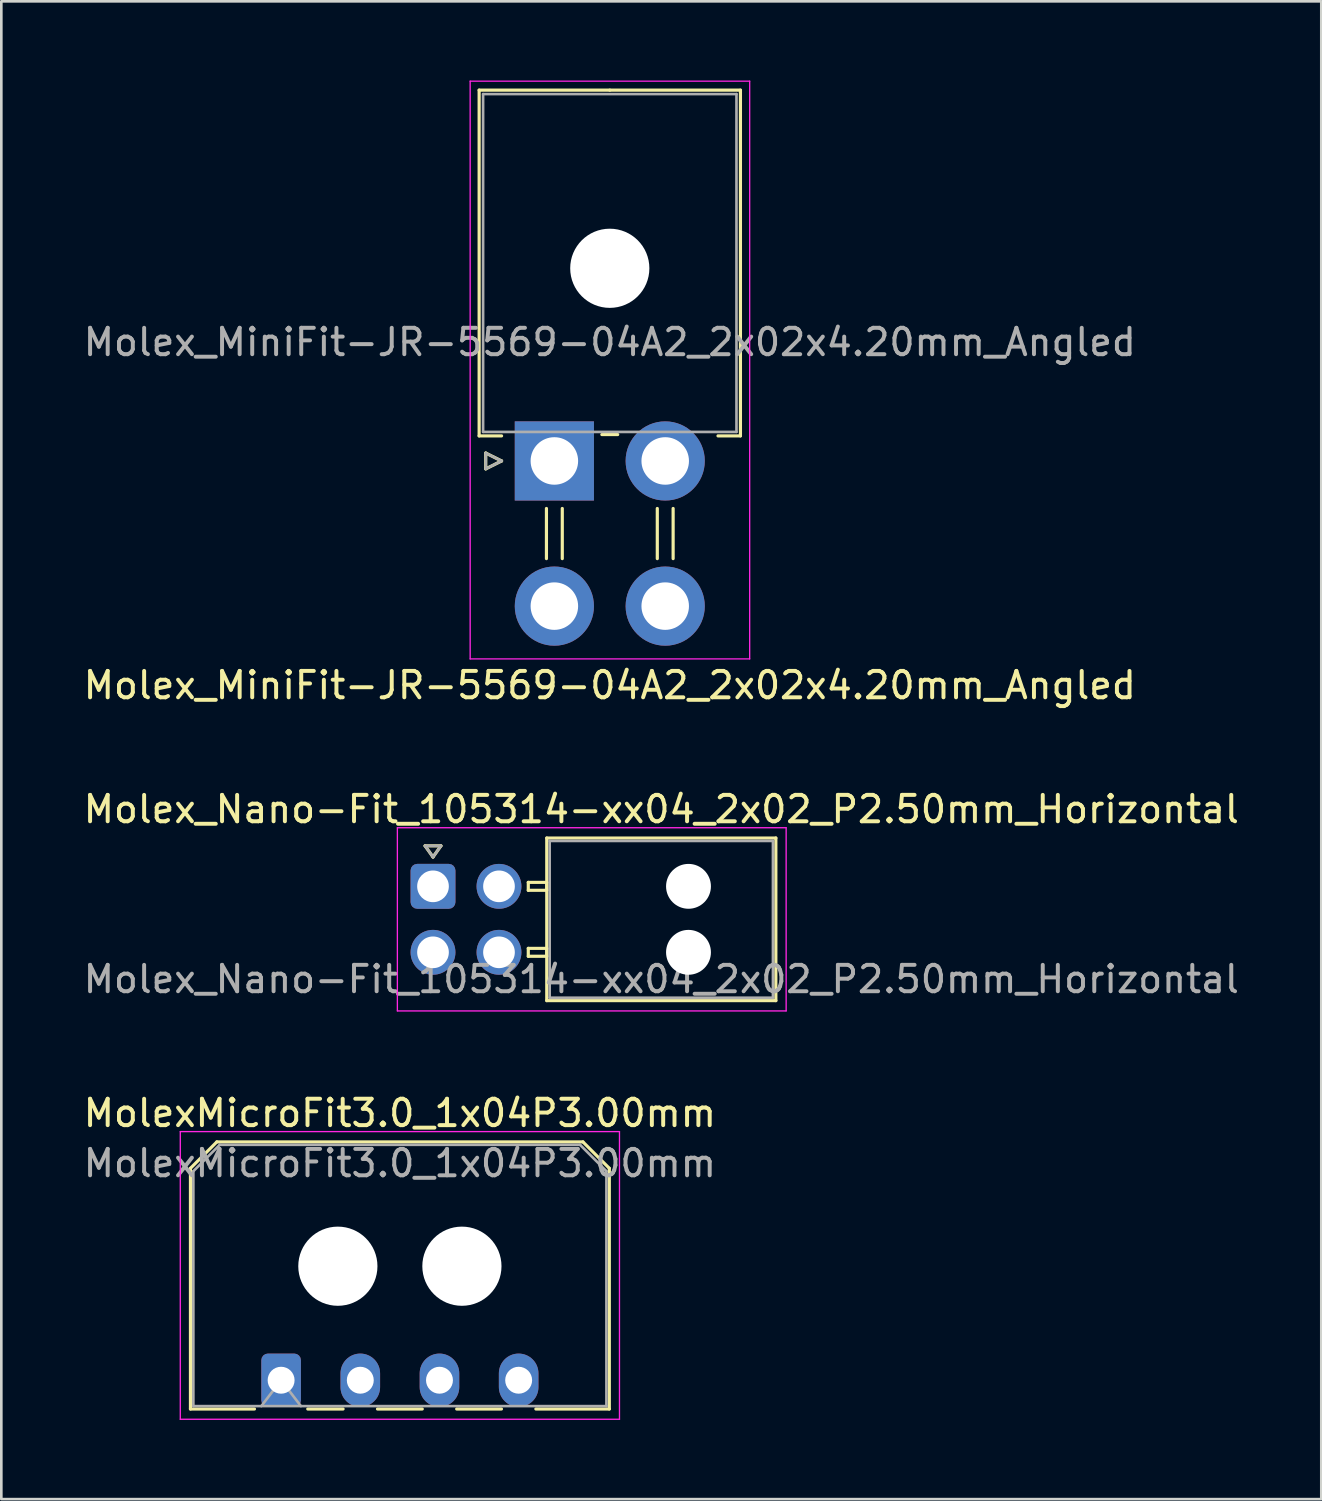
<source format=kicad_pcb>
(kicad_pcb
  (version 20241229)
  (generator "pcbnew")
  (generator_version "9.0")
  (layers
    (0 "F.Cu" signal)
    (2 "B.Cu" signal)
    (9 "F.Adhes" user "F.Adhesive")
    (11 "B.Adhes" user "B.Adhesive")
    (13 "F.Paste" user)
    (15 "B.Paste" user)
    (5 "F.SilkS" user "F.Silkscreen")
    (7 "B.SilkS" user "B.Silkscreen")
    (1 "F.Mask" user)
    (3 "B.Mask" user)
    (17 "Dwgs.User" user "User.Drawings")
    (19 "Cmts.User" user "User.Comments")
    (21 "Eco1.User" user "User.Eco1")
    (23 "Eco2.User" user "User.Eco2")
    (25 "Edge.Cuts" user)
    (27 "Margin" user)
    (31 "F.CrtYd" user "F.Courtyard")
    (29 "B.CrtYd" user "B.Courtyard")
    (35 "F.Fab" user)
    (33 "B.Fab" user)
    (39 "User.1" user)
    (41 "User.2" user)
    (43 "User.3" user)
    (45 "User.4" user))
  (footprint "Molex_Nano-Fit_105314-xx04_2x02_P2.50mm_Horizontal"
    (layer "F.Cu")
    (at 13.356 30.532)
    (property "Reference" "Molex_Nano-Fit_105314-xx04_2x02_P2.50mm_Horizontal" (at 8.65 -2.92 0) (layer "F.SilkS") (effects (font (size 1 1) (thickness 0.15))))
    (attr through_hole)
    (fp_line (start -0.3 -1.534) (end 0 -1.11) (stroke (width 0.12) (type solid)) (layer "F.SilkS"))
    (fp_line (start 0 -1.11) (end 0.3 -1.534) (stroke (width 0.12) (type solid)) (layer "F.SilkS"))
    (fp_line (start 0.3 -1.534) (end -0.3 -1.534) (stroke (width 0.12) (type solid)) (layer "F.SilkS"))
    (fp_line (start 3.61 -0.15) (end 3.61 0.15) (stroke (width 0.12) (type solid)) (layer "F.SilkS"))
    (fp_line (start 3.61 0.15) (end 4.31 0.15) (stroke (width 0.12) (type solid)) (layer "F.SilkS"))
    (fp_line (start 3.61 2.35) (end 3.61 2.65) (stroke (width 0.12) (type solid)) (layer "F.SilkS"))
    (fp_line (start 3.61 2.65) (end 4.31 2.65) (stroke (width 0.12) (type solid)) (layer "F.SilkS"))
    (fp_line (start 4.31 -1.83) (end 4.31 4.33) (stroke (width 0.12) (type solid)) (layer "F.SilkS"))
    (fp_line (start 4.31 -0.15) (end 3.61 -0.15) (stroke (width 0.12) (type solid)) (layer "F.SilkS"))
    (fp_line (start 4.31 0.15) (end 4.31 -0.15) (stroke (width 0.12) (type solid)) (layer "F.SilkS"))
    (fp_line (start 4.31 2.35) (end 3.61 2.35) (stroke (width 0.12) (type solid)) (layer "F.SilkS"))
    (fp_line (start 4.31 2.65) (end 4.31 2.35) (stroke (width 0.12) (type solid)) (layer "F.SilkS"))
    (fp_line (start 4.31 4.33) (end 12.99 4.33) (stroke (width 0.12) (type solid)) (layer "F.SilkS"))
    (fp_line (start 12.99 -1.83) (end 4.31 -1.83) (stroke (width 0.12) (type solid)) (layer "F.SilkS"))
    (fp_line (start 12.99 4.33) (end 12.99 -1.83) (stroke (width 0.12) (type solid)) (layer "F.SilkS"))
    (fp_line (start -1.35 -2.22) (end -1.35 4.72) (stroke (width 0.05) (type solid)) (layer "F.CrtYd"))
    (fp_line (start -1.35 4.72) (end 13.38 4.72) (stroke (width 0.05) (type solid)) (layer "F.CrtYd"))
    (fp_line (start 13.38 -2.22) (end -1.35 -2.22) (stroke (width 0.05) (type solid)) (layer "F.CrtYd"))
    (fp_line (start 13.38 4.72) (end 13.38 -2.22) (stroke (width 0.05) (type solid)) (layer "F.CrtYd"))
    (fp_line (start -0.3 -1.534) (end 0 -1.11) (stroke (width 0.1) (type solid)) (layer "F.Fab"))
    (fp_line (start 0 -1.11) (end 0.3 -1.534) (stroke (width 0.1) (type solid)) (layer "F.Fab"))
    (fp_line (start 0.3 -1.534) (end -0.3 -1.534) (stroke (width 0.1) (type solid)) (layer "F.Fab"))
    (fp_line (start 4.42 -1.72) (end 4.42 4.22) (stroke (width 0.1) (type solid)) (layer "F.Fab"))
    (fp_line (start 4.42 4.22) (end 12.88 4.22) (stroke (width 0.1) (type solid)) (layer "F.Fab"))
    (fp_line (start 12.88 -1.72) (end 4.42 -1.72) (stroke (width 0.1) (type solid)) (layer "F.Fab"))
    (fp_line (start 12.88 4.22) (end 12.88 -1.72) (stroke (width 0.1) (type solid)) (layer "F.Fab"))
    (fp_text user "${REFERENCE}" (at 8.65 3.52 0) (layer "F.Fab") (effects (font (size 1 1) (thickness 0.15))))
    (pad "" np_thru_hole circle (at 9.68 0) (size 1.7 1.7) (drill 1.7) (layers "*.Cu" "*.Mask"))
    (pad "" np_thru_hole circle (at 9.68 2.5) (size 1.7 1.7) (drill 1.7) (layers "*.Cu" "*.Mask"))
    (pad "1" thru_hole roundrect (at 0 0) (size 1.7 1.7) (drill 1.2) (layers "*.Cu" "*.Mask") (roundrect_rratio 0.147))
    (pad "2" thru_hole circle (at 0 2.5) (size 1.7 1.7) (drill 1.2) (layers "*.Cu" "*.Mask"))
    (pad "3" thru_hole circle (at 2.5 0) (size 1.7 1.7) (drill 1.2) (layers "*.Cu" "*.Mask"))
    (pad "4" thru_hole circle (at 2.5 2.5) (size 1.7 1.7) (drill 1.2) (layers "*.Cu" "*.Mask")))
  (footprint "Molex_MiniFit-JR-5569-04A2_2x02x4.20mm_Angled"
    (layer "F.Cu")
    (at 17.954 14.415)
    (property "Reference" "Molex_MiniFit-JR-5569-04A2_2x02x4.20mm_Angled" (at 2.1 8.5 0) (layer "F.SilkS") (effects (font (size 1 1) (thickness 0.15))))
    (attr through_hole)
    (fp_line (start -2.85 -14.05) (end 2.1 -14.05) (stroke (width 0.12) (type solid)) (layer "F.SilkS"))
    (fp_line (start -2.85 -0.95) (end -2.85 -14.05) (stroke (width 0.12) (type solid)) (layer "F.SilkS"))
    (fp_line (start -2.6 -0.3) (end -2 0) (stroke (width 0.12) (type solid)) (layer "F.SilkS"))
    (fp_line (start -2.6 0.3) (end -2.6 -0.3) (stroke (width 0.12) (type solid)) (layer "F.SilkS"))
    (fp_line (start -2 -0.95) (end -2.85 -0.95) (stroke (width 0.12) (type solid)) (layer "F.SilkS"))
    (fp_line (start -2 0) (end -2.6 0.3) (stroke (width 0.12) (type solid)) (layer "F.SilkS"))
    (fp_line (start -0.3 1.8) (end -0.3 3.7) (stroke (width 0.12) (type solid)) (layer "F.SilkS"))
    (fp_line (start 0.3 1.8) (end 0.3 3.7) (stroke (width 0.12) (type solid)) (layer "F.SilkS"))
    (fp_line (start 1.8 -1) (end 2.4 -1) (stroke (width 0.12) (type solid)) (layer "F.SilkS"))
    (fp_line (start 3.9 1.8) (end 3.9 3.7) (stroke (width 0.12) (type solid)) (layer "F.SilkS"))
    (fp_line (start 4.5 1.8) (end 4.5 3.7) (stroke (width 0.12) (type solid)) (layer "F.SilkS"))
    (fp_line (start 6.2 -0.95) (end 7.05 -0.95) (stroke (width 0.12) (type solid)) (layer "F.SilkS"))
    (fp_line (start 7.05 -14.05) (end 2.1 -14.05) (stroke (width 0.12) (type solid)) (layer "F.SilkS"))
    (fp_line (start 7.05 -0.95) (end 7.05 -14.05) (stroke (width 0.12) (type solid)) (layer "F.SilkS"))
    (fp_line (start -3.19 -14.39) (end -3.19 7.5) (stroke (width 0.05) (type solid)) (layer "F.CrtYd"))
    (fp_line (start -3.19 7.5) (end 7.4 7.5) (stroke (width 0.05) (type solid)) (layer "F.CrtYd"))
    (fp_line (start 7.4 -14.39) (end -3.19 -14.39) (stroke (width 0.05) (type solid)) (layer "F.CrtYd"))
    (fp_line (start 7.4 7.5) (end 7.4 -14.39) (stroke (width 0.05) (type solid)) (layer "F.CrtYd"))
    (fp_line (start -2.7 -13.9) (end -2.7 -1.1) (stroke (width 0.1) (type solid)) (layer "F.Fab"))
    (fp_line (start -2.7 -1.1) (end 6.9 -1.1) (stroke (width 0.1) (type solid)) (layer "F.Fab"))
    (fp_line (start -2.6 -0.3) (end -2 0) (stroke (width 0.1) (type solid)) (layer "F.Fab"))
    (fp_line (start -2.6 0.3) (end -2.6 -0.3) (stroke (width 0.1) (type solid)) (layer "F.Fab"))
    (fp_line (start -2 0) (end -2.6 0.3) (stroke (width 0.1) (type solid)) (layer "F.Fab"))
    (fp_line (start 6.9 -13.9) (end -2.7 -13.9) (stroke (width 0.1) (type solid)) (layer "F.Fab"))
    (fp_line (start 6.9 -1.1) (end 6.9 -13.9) (stroke (width 0.1) (type solid)) (layer "F.Fab"))
    (fp_text user "${REFERENCE}" (at 2.1 -4.5 0) (layer "F.Fab") (effects (font (size 1 1) (thickness 0.15))))
    (pad "" np_thru_hole circle (at 2.1 -7.3) (size 3 3) (drill 3) (layers "*.Cu" "*.Mask"))
    (pad "1" thru_hole rect (at 0 0) (size 3 3) (drill 1.8) (layers "*.Cu" "*.Mask"))
    (pad "2" thru_hole circle (at 4.2 0) (size 3 3) (drill 1.8) (layers "*.Cu" "*.Mask"))
    (pad "3" thru_hole circle (at 0 5.5) (size 3 3) (drill 1.8) (layers "*.Cu" "*.Mask"))
    (pad "4" thru_hole circle (at 4.2 5.5) (size 3 3) (drill 1.8) (layers "*.Cu" "*.Mask")))
  (footprint "MolexMicroFit3.0_1x04P3.00mm"
    (layer "F.Cu")
    (at 7.601 49.245)
    (property "Reference" "MolexMicroFit3.0_1x04P3.00mm" (at 4.5 -10.12 0) (layer "F.SilkS") (effects (font (size 1 1) (thickness 0.15))))
    (attr through_hole)
    (fp_line (start -3.435 -8.03) (end -2.435 -9.03) (stroke (width 0.12) (type solid)) (layer "F.SilkS"))
    (fp_line (start -3.435 1.09) (end -3.435 -8.03) (stroke (width 0.12) (type solid)) (layer "F.SilkS"))
    (fp_line (start -3.435 1.09) (end -1.01 1.09) (stroke (width 0.12) (type solid)) (layer "F.SilkS"))
    (fp_line (start -2.435 -9.03) (end 11.435 -9.03) (stroke (width 0.12) (type solid)) (layer "F.SilkS"))
    (fp_line (start 1.01 1.09) (end 2.348 1.09) (stroke (width 0.12) (type solid)) (layer "F.SilkS"))
    (fp_line (start 3.652 1.09) (end 5.348 1.09) (stroke (width 0.12) (type solid)) (layer "F.SilkS"))
    (fp_line (start 6.652 1.09) (end 8.348 1.09) (stroke (width 0.12) (type solid)) (layer "F.SilkS"))
    (fp_line (start 11.435 -9.03) (end 12.435 -8.03) (stroke (width 0.12) (type solid)) (layer "F.SilkS"))
    (fp_line (start 12.435 -8.03) (end 12.435 1.09) (stroke (width 0.12) (type solid)) (layer "F.SilkS"))
    (fp_line (start 12.435 1.09) (end 9.652 1.09) (stroke (width 0.12) (type solid)) (layer "F.SilkS"))
    (fp_line (start -3.82 -9.42) (end 12.82 -9.42) (stroke (width 0.05) (type solid)) (layer "F.CrtYd"))
    (fp_line (start -3.82 1.48) (end -3.82 -9.42) (stroke (width 0.05) (type solid)) (layer "F.CrtYd"))
    (fp_line (start 12.82 -9.42) (end 12.82 1.48) (stroke (width 0.05) (type solid)) (layer "F.CrtYd"))
    (fp_line (start 12.82 1.48) (end -3.82 1.48) (stroke (width 0.05) (type solid)) (layer "F.CrtYd"))
    (fp_line (start -3.325 -7.92) (end -2.325 -8.92) (stroke (width 0.1) (type solid)) (layer "F.Fab"))
    (fp_line (start -3.325 0.98) (end -3.325 -7.92) (stroke (width 0.1) (type solid)) (layer "F.Fab"))
    (fp_line (start -2.325 -8.92) (end 11.325 -8.92) (stroke (width 0.1) (type solid)) (layer "F.Fab"))
    (fp_line (start -0.75 0.98) (end 0 0) (stroke (width 0.1) (type solid)) (layer "F.Fab"))
    (fp_line (start 0 0) (end 0.75 0.98) (stroke (width 0.1) (type solid)) (layer "F.Fab"))
    (fp_line (start 11.325 -8.92) (end 12.325 -7.92) (stroke (width 0.1) (type solid)) (layer "F.Fab"))
    (fp_line (start 12.325 -7.92) (end 12.325 0.98) (stroke (width 0.1) (type solid)) (layer "F.Fab"))
    (fp_line (start 12.325 0.98) (end -3.325 0.98) (stroke (width 0.1) (type solid)) (layer "F.Fab"))
    (fp_text user "${REFERENCE}" (at 4.5 -8.22 0) (layer "F.Fab") (effects (font (size 1 1) (thickness 0.15))))
    (pad "" np_thru_hole circle (at 2.15 -4.32) (size 3 3) (drill 3) (layers "*.Cu" "*.Mask"))
    (pad "" np_thru_hole circle (at 6.85 -4.32) (size 3 3) (drill 3) (layers "*.Cu" "*.Mask"))
    (pad "1" thru_hole roundrect (at 0 0) (size 1.5 2.02) (drill 1.02) (layers "*.Cu" "*.Mask") (roundrect_rratio 0.167))
    (pad "2" thru_hole oval (at 3 0) (size 1.5 2.02) (drill 1.02) (layers "*.Cu" "*.Mask"))
    (pad "3" thru_hole oval (at 6 0) (size 1.5 2.02) (drill 1.02) (layers "*.Cu" "*.Mask"))
    (pad "4" thru_hole oval (at 9 0) (size 1.5 2.02) (drill 1.02) (layers "*.Cu" "*.Mask")))
  (gr_rect
    (start -3 -3)
    (end 47.012 53.75)
    (stroke (width 0.1) (type default))
    (fill no)
    (layer "Edge.Cuts")))
</source>
